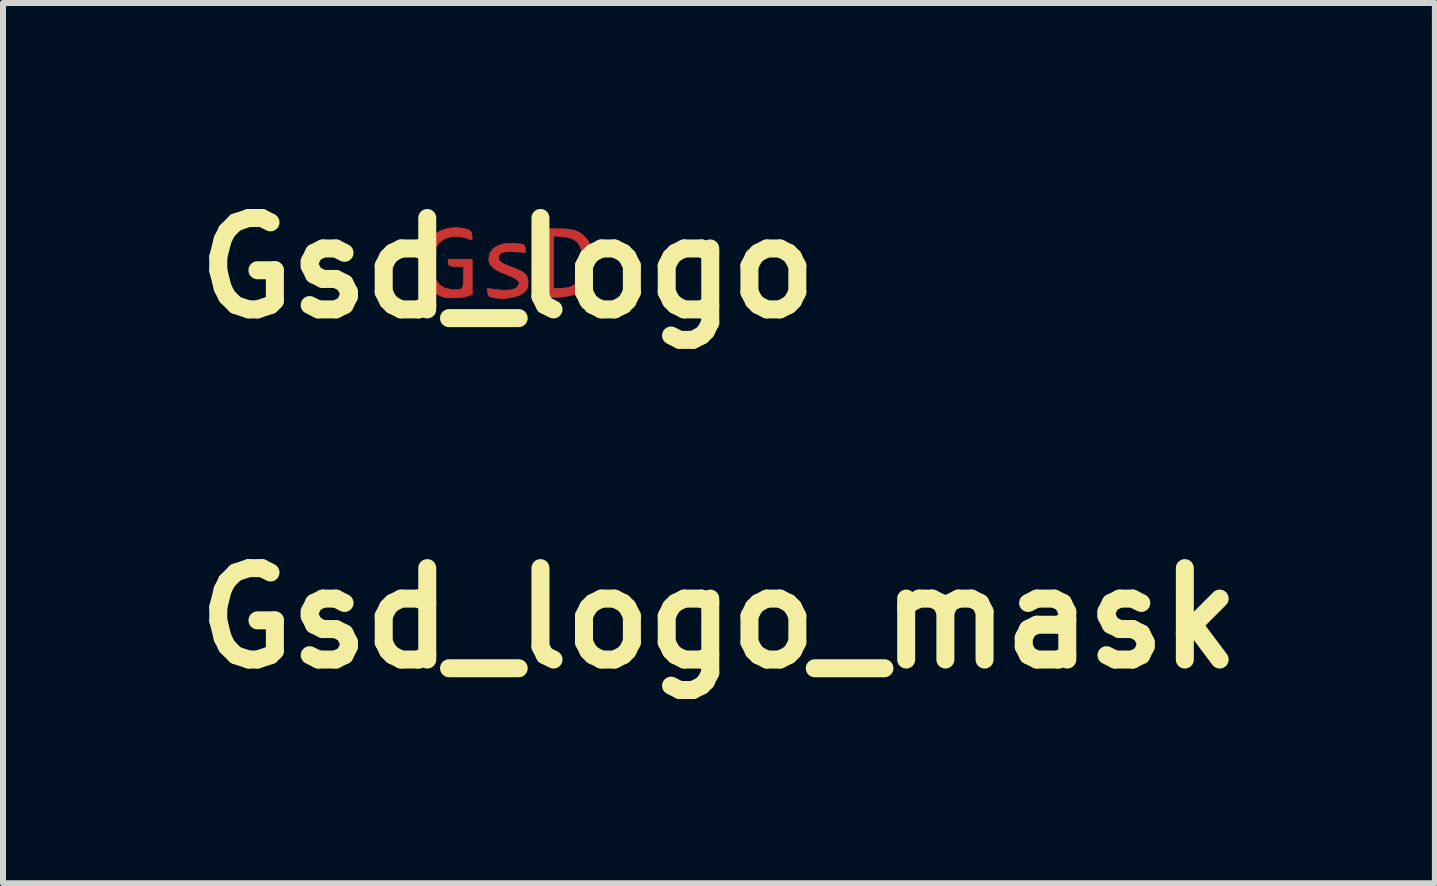
<source format=kicad_pcb>
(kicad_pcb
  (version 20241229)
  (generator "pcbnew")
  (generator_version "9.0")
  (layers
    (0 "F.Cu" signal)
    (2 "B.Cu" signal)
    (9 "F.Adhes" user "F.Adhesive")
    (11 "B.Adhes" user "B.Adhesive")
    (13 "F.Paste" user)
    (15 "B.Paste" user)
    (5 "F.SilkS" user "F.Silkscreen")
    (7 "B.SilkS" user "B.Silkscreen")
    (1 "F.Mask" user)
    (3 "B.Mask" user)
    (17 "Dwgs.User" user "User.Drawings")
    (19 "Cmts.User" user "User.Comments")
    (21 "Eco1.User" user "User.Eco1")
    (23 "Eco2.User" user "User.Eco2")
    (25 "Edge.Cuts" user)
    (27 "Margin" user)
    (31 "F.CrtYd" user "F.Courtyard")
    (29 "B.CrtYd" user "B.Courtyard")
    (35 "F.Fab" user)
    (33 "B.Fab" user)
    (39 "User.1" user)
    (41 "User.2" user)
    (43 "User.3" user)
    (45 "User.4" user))
  (footprint "Gsd_logo"
    (layer "F.Cu")
    (at 5.414 1.418)
    (property "Reference" "Gsd_logo" (at 0 0 0) (layer "F.SilkS") (effects (font (size 1.524 1.524) (thickness 0.3))))
    (attr through_hole)
    (fp_poly (pts (xy 0.81 -0.656) (xy 0.949 -0.653) (xy 1.055 -0.642) (xy 1.138 -0.62) (xy 1.206 -0.587) (xy 1.27 -0.538) (xy 1.27 -0.537) (xy 1.34 -0.457) (xy 1.386 -0.362) (xy 1.41 -0.245) (xy 1.415 -0.097) (xy 1.414 -0.056) (xy 1.394 0.107) (xy 1.35 0.238) (xy 1.279 0.339) (xy 1.18 0.413) (xy 1.049 0.46) (xy 0.885 0.484) (xy 0.78 0.487) (xy 0.593 0.487) (xy 0.593 0.339) (xy 0.762 0.339) (xy 0.884 0.339) (xy 0.999 0.327) (xy 1.079 0.299) (xy 1.161 0.234) (xy 1.215 0.138) (xy 1.244 0.01) (xy 1.249 -0.088) (xy 1.24 -0.236) (xy 1.211 -0.35) (xy 1.159 -0.432) (xy 1.081 -0.486) (xy 0.975 -0.517) (xy 0.908 -0.524) (xy 0.762 -0.535) (xy 0.762 0.339) (xy 0.593 0.339) (xy 0.593 -0.656) (xy 0.81 -0.656)) (stroke (width 0.01) (type solid)) (fill yes) (layer "F.Cu"))
    (fp_poly (pts (xy -0.73 -0.662) (xy -0.677 -0.648) (xy -0.626 -0.623) (xy -0.604 -0.588) (xy -0.597 -0.543) (xy -0.593 -0.492) (xy -0.601 -0.471) (xy -0.629 -0.475) (xy -0.685 -0.497) (xy -0.793 -0.525) (xy -0.911 -0.526) (xy -1.021 -0.502) (xy -1.067 -0.481) (xy -1.152 -0.414) (xy -1.209 -0.323) (xy -1.241 -0.204) (xy -1.249 -0.077) (xy -1.236 0.076) (xy -1.197 0.197) (xy -1.131 0.284) (xy -1.04 0.338) (xy -0.922 0.359) (xy -0.902 0.36) (xy -0.828 0.358) (xy -0.78 0.348) (xy -0.755 0.321) (xy -0.743 0.269) (xy -0.741 0.186) (xy -0.741 0.158) (xy -0.741 -0.019) (xy -0.863 -0.025) (xy -0.931 -0.03) (xy -0.969 -0.04) (xy -0.985 -0.059) (xy -0.991 -0.09) (xy -0.998 -0.148) (xy -0.593 -0.148) (xy -0.593 0.44) (xy -0.661 0.465) (xy -0.746 0.485) (xy -0.851 0.497) (xy -0.958 0.498) (xy -1.049 0.49) (xy -1.085 0.481) (xy -1.209 0.422) (xy -1.302 0.335) (xy -1.367 0.218) (xy -1.405 0.071) (xy -1.414 -0.024) (xy -1.409 -0.202) (xy -1.374 -0.352) (xy -1.308 -0.474) (xy -1.21 -0.57) (xy -1.111 -0.628) (xy -0.993 -0.664) (xy -0.859 -0.676) (xy -0.73 -0.662)) (stroke (width 0.01) (type solid)) (fill yes) (layer "F.Cu"))
    (fp_poly (pts (xy 0.163 -0.409) (xy 0.232 -0.398) (xy 0.269 -0.385) (xy 0.286 -0.363) (xy 0.292 -0.326) (xy 0.292 -0.326) (xy 0.299 -0.26) (xy 0.14 -0.27) (xy 0.024 -0.274) (xy -0.058 -0.268) (xy -0.112 -0.249) (xy -0.145 -0.217) (xy -0.148 -0.211) (xy -0.159 -0.159) (xy -0.132 -0.111) (xy -0.064 -0.068) (xy -0.005 -0.043) (xy 0.121 0.004) (xy 0.212 0.045) (xy 0.274 0.083) (xy 0.312 0.123) (xy 0.332 0.169) (xy 0.338 0.228) (xy 0.339 0.25) (xy 0.332 0.319) (xy 0.306 0.37) (xy 0.276 0.402) (xy 0.193 0.454) (xy 0.082 0.489) (xy -0.048 0.506) (xy -0.184 0.502) (xy -0.265 0.49) (xy -0.31 0.472) (xy -0.33 0.437) (xy -0.335 0.406) (xy -0.341 0.337) (xy -0.229 0.354) (xy -0.078 0.369) (xy 0.038 0.366) (xy 0.118 0.344) (xy 0.152 0.319) (xy 0.18 0.278) (xy 0.191 0.252) (xy 0.171 0.212) (xy 0.115 0.17) (xy 0.029 0.128) (xy -0.031 0.106) (xy -0.116 0.072) (xy -0.195 0.031) (xy -0.245 -0.005) (xy -0.293 -0.053) (xy -0.313 -0.101) (xy -0.318 -0.159) (xy -0.298 -0.25) (xy -0.244 -0.323) (xy -0.16 -0.377) (xy -0.049 -0.409) (xy 0.083 -0.416) (xy 0.163 -0.409)) (stroke (width 0.01) (type solid)) (fill yes) (layer "F.Cu"))
    (fp_poly (pts (xy 0.799 -0.677) (xy 0.966 -0.671) (xy 1.097 -0.653) (xy 1.2 -0.618) (xy 1.281 -0.566) (xy 1.345 -0.492) (xy 1.375 -0.444) (xy 1.402 -0.388) (xy 1.419 -0.329) (xy 1.429 -0.253) (xy 1.436 -0.148) (xy 1.436 -0.145) (xy 1.435 0.01) (xy 1.418 0.133) (xy 1.381 0.232) (xy 1.323 0.315) (xy 1.296 0.343) (xy 1.227 0.404) (xy 1.163 0.447) (xy 1.092 0.475) (xy 1.005 0.492) (xy 0.891 0.501) (xy 0.82 0.504) (xy 0.572 0.512) (xy 0.572 0.345) (xy 0.762 0.345) (xy 0.892 0.333) (xy 0.986 0.317) (xy 1.058 0.292) (xy 1.076 0.281) (xy 1.137 0.231) (xy 1.177 0.18) (xy 1.201 0.119) (xy 1.214 0.037) (xy 1.217 -0.075) (xy 1.217 -0.092) (xy 1.211 -0.233) (xy 1.19 -0.338) (xy 1.149 -0.412) (xy 1.086 -0.461) (xy 0.995 -0.49) (xy 0.9 -0.503) (xy 0.762 -0.514) (xy 0.762 0.345) (xy 0.572 0.345) (xy 0.572 -0.677) (xy 0.799 -0.677)) (stroke (width 0.01) (type solid)) (fill yes) (layer "F.Mask"))
    (fp_poly (pts (xy -0.71 -0.685) (xy -0.667 -0.674) (xy -0.618 -0.655) (xy -0.592 -0.633) (xy -0.58 -0.595) (xy -0.576 -0.533) (xy -0.569 -0.421) (xy -0.639 -0.458) (xy -0.718 -0.485) (xy -0.831 -0.496) (xy -0.861 -0.497) (xy -0.973 -0.49) (xy -1.055 -0.464) (xy -1.118 -0.413) (xy -1.172 -0.332) (xy -1.18 -0.317) (xy -1.216 -0.215) (xy -1.229 -0.099) (xy -1.223 0.019) (xy -1.197 0.13) (xy -1.154 0.222) (xy -1.095 0.285) (xy -1.093 0.286) (xy -1.018 0.318) (xy -0.925 0.335) (xy -0.836 0.334) (xy -0.816 0.33) (xy -0.789 0.321) (xy -0.772 0.304) (xy -0.765 0.269) (xy -0.762 0.207) (xy -0.762 0.158) (xy -0.762 0) (xy -0.995 0) (xy -0.995 -0.169) (xy -0.572 -0.169) (xy -0.572 0.46) (xy -0.695 0.495) (xy -0.814 0.519) (xy -0.936 0.527) (xy -1.043 0.518) (xy -1.08 0.509) (xy -1.212 0.45) (xy -1.314 0.363) (xy -1.386 0.246) (xy -1.428 0.099) (xy -1.442 -0.074) (xy -1.428 -0.247) (xy -1.387 -0.391) (xy -1.315 -0.508) (xy -1.213 -0.601) (xy -1.171 -0.628) (xy -1.074 -0.667) (xy -0.954 -0.691) (xy -0.827 -0.698) (xy -0.71 -0.685)) (stroke (width 0.01) (type solid)) (fill yes) (layer "F.Mask"))
    (fp_poly (pts (xy 0.155 -0.43) (xy 0.307 -0.413) (xy 0.32 -0.216) (xy 0.239 -0.234) (xy 0.151 -0.248) (xy 0.059 -0.253) (xy -0.024 -0.248) (xy -0.082 -0.234) (xy -0.086 -0.232) (xy -0.12 -0.194) (xy -0.123 -0.146) (xy -0.101 -0.11) (xy -0.068 -0.093) (xy -0.008 -0.069) (xy 0.068 -0.043) (xy 0.072 -0.041) (xy 0.179 0.002) (xy 0.267 0.053) (xy 0.295 0.075) (xy 0.342 0.125) (xy 0.365 0.171) (xy 0.37 0.234) (xy 0.37 0.243) (xy 0.366 0.309) (xy 0.347 0.355) (xy 0.304 0.403) (xy 0.293 0.413) (xy 0.228 0.461) (xy 0.157 0.498) (xy 0.134 0.506) (xy 0.052 0.52) (xy -0.054 0.526) (xy -0.167 0.523) (xy -0.271 0.511) (xy -0.275 0.511) (xy -0.32 0.5) (xy -0.342 0.481) (xy -0.352 0.441) (xy -0.356 0.394) (xy -0.358 0.333) (xy -0.353 0.306) (xy -0.336 0.303) (xy -0.324 0.307) (xy -0.278 0.318) (xy -0.204 0.327) (xy -0.115 0.333) (xy -0.026 0.337) (xy 0.048 0.336) (xy 0.092 0.331) (xy 0.142 0.303) (xy 0.159 0.262) (xy 0.138 0.216) (xy 0.133 0.21) (xy 0.095 0.186) (xy 0.029 0.156) (xy -0.049 0.127) (xy -0.053 0.126) (xy -0.18 0.074) (xy -0.269 0.013) (xy -0.321 -0.061) (xy -0.339 -0.149) (xy -0.339 -0.155) (xy -0.32 -0.255) (xy -0.266 -0.334) (xy -0.181 -0.393) (xy -0.067 -0.427) (xy 0.071 -0.437) (xy 0.155 -0.43)) (stroke (width 0.01) (type solid)) (fill yes) (layer "F.Mask")))
  (footprint "Gsd_logo_mask"
    (layer "F.Cu")
    (at 8.934 7.254)
    (property "Reference" "Gsd_logo_mask" (at 0 0 0) (layer "F.SilkS") (effects (font (size 1.524 1.524) (thickness 0.3))))
    (attr through_hole)
    (fp_poly (pts (xy 0.799 -0.677) (xy 0.966 -0.671) (xy 1.097 -0.653) (xy 1.2 -0.618) (xy 1.281 -0.566) (xy 1.345 -0.492) (xy 1.375 -0.444) (xy 1.402 -0.388) (xy 1.419 -0.329) (xy 1.429 -0.253) (xy 1.436 -0.148) (xy 1.436 -0.145) (xy 1.435 0.01) (xy 1.418 0.133) (xy 1.381 0.232) (xy 1.323 0.315) (xy 1.296 0.343) (xy 1.227 0.404) (xy 1.163 0.447) (xy 1.092 0.475) (xy 1.005 0.492) (xy 0.891 0.501) (xy 0.82 0.504) (xy 0.572 0.512) (xy 0.572 0.345) (xy 0.762 0.345) (xy 0.892 0.333) (xy 0.986 0.317) (xy 1.058 0.292) (xy 1.076 0.281) (xy 1.137 0.231) (xy 1.177 0.18) (xy 1.201 0.119) (xy 1.214 0.037) (xy 1.217 -0.075) (xy 1.217 -0.092) (xy 1.211 -0.233) (xy 1.19 -0.338) (xy 1.149 -0.412) (xy 1.086 -0.461) (xy 0.995 -0.49) (xy 0.9 -0.503) (xy 0.762 -0.514) (xy 0.762 0.345) (xy 0.572 0.345) (xy 0.572 -0.677) (xy 0.799 -0.677)) (stroke (width 0.01) (type solid)) (fill yes) (layer "F.Mask"))
    (fp_poly (pts (xy -0.71 -0.685) (xy -0.667 -0.674) (xy -0.618 -0.655) (xy -0.592 -0.633) (xy -0.58 -0.595) (xy -0.576 -0.533) (xy -0.569 -0.421) (xy -0.639 -0.458) (xy -0.718 -0.485) (xy -0.831 -0.496) (xy -0.861 -0.497) (xy -0.973 -0.49) (xy -1.055 -0.464) (xy -1.118 -0.413) (xy -1.172 -0.332) (xy -1.18 -0.317) (xy -1.216 -0.215) (xy -1.229 -0.099) (xy -1.223 0.019) (xy -1.197 0.13) (xy -1.154 0.222) (xy -1.095 0.285) (xy -1.093 0.286) (xy -1.018 0.318) (xy -0.925 0.335) (xy -0.836 0.334) (xy -0.816 0.33) (xy -0.789 0.321) (xy -0.772 0.304) (xy -0.765 0.269) (xy -0.762 0.207) (xy -0.762 0.158) (xy -0.762 0) (xy -0.995 0) (xy -0.995 -0.169) (xy -0.572 -0.169) (xy -0.572 0.46) (xy -0.695 0.495) (xy -0.814 0.519) (xy -0.936 0.527) (xy -1.043 0.518) (xy -1.08 0.509) (xy -1.212 0.45) (xy -1.314 0.363) (xy -1.386 0.246) (xy -1.428 0.099) (xy -1.442 -0.074) (xy -1.428 -0.247) (xy -1.387 -0.391) (xy -1.315 -0.508) (xy -1.213 -0.601) (xy -1.171 -0.628) (xy -1.074 -0.667) (xy -0.954 -0.691) (xy -0.827 -0.698) (xy -0.71 -0.685)) (stroke (width 0.01) (type solid)) (fill yes) (layer "F.Mask"))
    (fp_poly (pts (xy 0.155 -0.43) (xy 0.307 -0.413) (xy 0.32 -0.216) (xy 0.239 -0.234) (xy 0.151 -0.248) (xy 0.059 -0.253) (xy -0.024 -0.248) (xy -0.082 -0.234) (xy -0.086 -0.232) (xy -0.12 -0.194) (xy -0.123 -0.146) (xy -0.101 -0.11) (xy -0.068 -0.093) (xy -0.008 -0.069) (xy 0.068 -0.043) (xy 0.072 -0.041) (xy 0.179 0.002) (xy 0.267 0.053) (xy 0.295 0.075) (xy 0.342 0.125) (xy 0.365 0.171) (xy 0.37 0.234) (xy 0.37 0.243) (xy 0.366 0.309) (xy 0.347 0.355) (xy 0.304 0.403) (xy 0.293 0.413) (xy 0.228 0.461) (xy 0.157 0.498) (xy 0.134 0.506) (xy 0.052 0.52) (xy -0.054 0.526) (xy -0.167 0.523) (xy -0.271 0.511) (xy -0.275 0.511) (xy -0.32 0.5) (xy -0.342 0.481) (xy -0.352 0.441) (xy -0.356 0.394) (xy -0.358 0.333) (xy -0.353 0.306) (xy -0.336 0.303) (xy -0.324 0.307) (xy -0.278 0.318) (xy -0.204 0.327) (xy -0.115 0.333) (xy -0.026 0.337) (xy 0.048 0.336) (xy 0.092 0.331) (xy 0.142 0.303) (xy 0.159 0.262) (xy 0.138 0.216) (xy 0.133 0.21) (xy 0.095 0.186) (xy 0.029 0.156) (xy -0.049 0.127) (xy -0.053 0.126) (xy -0.18 0.074) (xy -0.269 0.013) (xy -0.321 -0.061) (xy -0.339 -0.149) (xy -0.339 -0.155) (xy -0.32 -0.255) (xy -0.266 -0.334) (xy -0.181 -0.393) (xy -0.067 -0.427) (xy 0.071 -0.437) (xy 0.155 -0.43)) (stroke (width 0.01) (type solid)) (fill yes) (layer "F.Mask")))
  (gr_rect
    (start -3 -3)
    (end 20.867 11.672)
    (stroke (width 0.1) (type default))
    (fill no)
    (layer "Edge.Cuts")))
</source>
